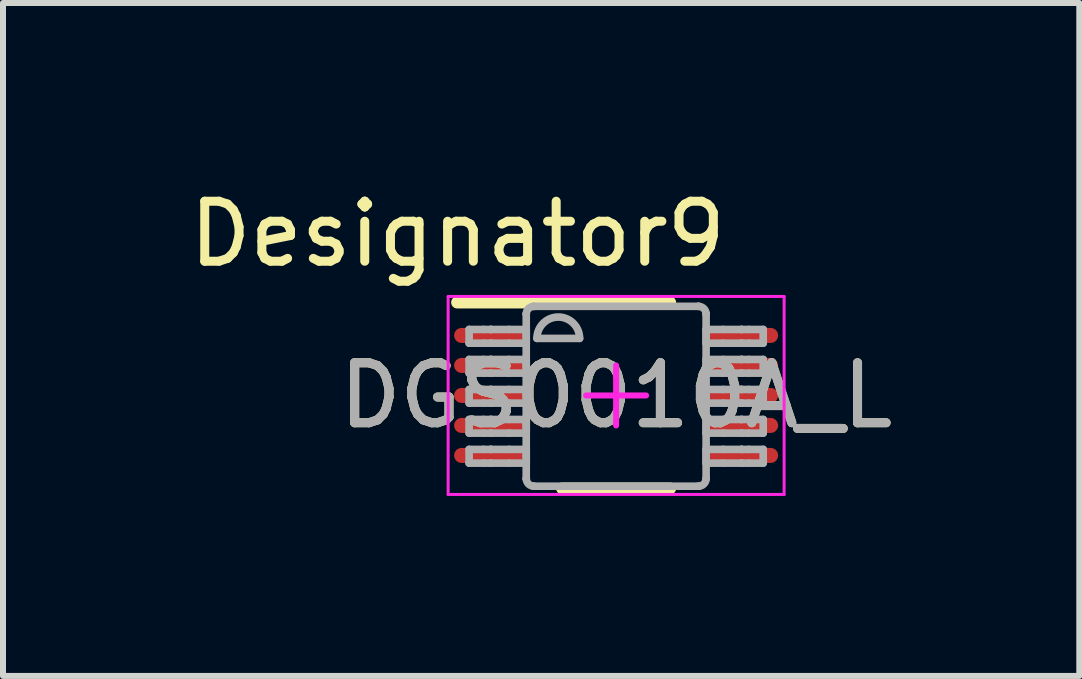
<source format=kicad_pcb>
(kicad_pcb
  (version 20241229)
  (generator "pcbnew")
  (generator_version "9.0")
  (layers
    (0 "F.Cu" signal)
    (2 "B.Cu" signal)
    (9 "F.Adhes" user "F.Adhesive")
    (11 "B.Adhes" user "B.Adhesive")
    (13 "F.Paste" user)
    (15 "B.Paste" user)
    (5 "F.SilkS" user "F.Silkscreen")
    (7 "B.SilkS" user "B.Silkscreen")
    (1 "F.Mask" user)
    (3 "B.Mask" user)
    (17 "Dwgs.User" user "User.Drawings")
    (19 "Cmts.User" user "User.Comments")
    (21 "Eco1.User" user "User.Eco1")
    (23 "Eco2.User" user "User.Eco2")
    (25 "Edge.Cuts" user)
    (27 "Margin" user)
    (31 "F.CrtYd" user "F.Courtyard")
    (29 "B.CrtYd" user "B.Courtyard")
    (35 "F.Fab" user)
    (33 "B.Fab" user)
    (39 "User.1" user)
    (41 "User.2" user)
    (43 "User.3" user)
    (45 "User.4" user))
  (footprint "DGS0010A_L"
    (layer "F.Cu")
    (at 7.219 3.541)
    (property "Reference" "DGS0010A_L" (at 0 0 0) (unlocked yes) (layer "F.SilkS") (effects (font (size 1 1) (thickness 0.15))))
    (attr smd)
    (fp_line (start -2.65 -1.55) (end 0.9 -1.55) (stroke (width 0.2) (type solid)) (layer "F.SilkS"))
    (fp_line (start -0.9 1.55) (end 0.9 1.55) (stroke (width 0.2) (type solid)) (layer "F.SilkS"))
    (fp_line (start -2.8 -1.65) (end 2.8 -1.65) (stroke (width 0.05) (type solid)) (layer "F.CrtYd"))
    (fp_line (start -2.8 1.65) (end -2.8 -1.65) (stroke (width 0.05) (type solid)) (layer "F.CrtYd"))
    (fp_line (start -2.8 1.65) (end 2.8 1.65) (stroke (width 0.05) (type solid)) (layer "F.CrtYd"))
    (fp_line (start -0.5 0.000003) (end 0.5 0.000003) (stroke (width 0.1) (type solid)) (layer "F.CrtYd"))
    (fp_line (start 0 0.5) (end 0 -0.5) (stroke (width 0.1) (type solid)) (layer "F.CrtYd"))
    (fp_line (start 2.8 1.65) (end 2.8 -1.65) (stroke (width 0.05) (type solid)) (layer "F.CrtYd"))
    (fp_line (start -2.45 -1.1) (end -2.21 -1.1) (stroke (width 0.127) (type solid)) (layer "F.Fab"))
    (fp_line (start -2.45 -0.871) (end -2.45 -1.1) (stroke (width 0.127) (type solid)) (layer "F.Fab"))
    (fp_line (start -2.45 -0.871) (end -2.21 -0.871) (stroke (width 0.127) (type solid)) (layer "F.Fab"))
    (fp_line (start -2.45 -0.6) (end -2.21 -0.6) (stroke (width 0.127) (type solid)) (layer "F.Fab"))
    (fp_line (start -2.45 -0.372) (end -2.45 -0.6) (stroke (width 0.127) (type solid)) (layer "F.Fab"))
    (fp_line (start -2.45 -0.372) (end -2.21 -0.372) (stroke (width 0.127) (type solid)) (layer "F.Fab"))
    (fp_line (start -2.45 -0.1) (end -2.21 -0.1) (stroke (width 0.127) (type solid)) (layer "F.Fab"))
    (fp_line (start -2.45 0.128) (end -2.45 -0.1) (stroke (width 0.127) (type solid)) (layer "F.Fab"))
    (fp_line (start -2.45 0.128) (end -2.21 0.128) (stroke (width 0.127) (type solid)) (layer "F.Fab"))
    (fp_line (start -2.45 0.4) (end -2.21 0.4) (stroke (width 0.127) (type solid)) (layer "F.Fab"))
    (fp_line (start -2.45 0.628) (end -2.45 0.4) (stroke (width 0.127) (type solid)) (layer "F.Fab"))
    (fp_line (start -2.45 0.628) (end -2.21 0.628) (stroke (width 0.127) (type solid)) (layer "F.Fab"))
    (fp_line (start -2.45 0.899) (end -2.21 0.899) (stroke (width 0.127) (type solid)) (layer "F.Fab"))
    (fp_line (start -2.45 1.128) (end -2.45 0.899) (stroke (width 0.127) (type solid)) (layer "F.Fab"))
    (fp_line (start -2.45 1.128) (end -2.21 1.128) (stroke (width 0.127) (type solid)) (layer "F.Fab"))
    (fp_line (start -2.21 -1.1) (end -2.09 -1.1) (stroke (width 0.127) (type solid)) (layer "F.Fab"))
    (fp_line (start -2.21 -0.871) (end -2.09 -0.871) (stroke (width 0.127) (type solid)) (layer "F.Fab"))
    (fp_line (start -2.21 -0.6) (end -2.09 -0.6) (stroke (width 0.127) (type solid)) (layer "F.Fab"))
    (fp_line (start -2.21 -0.372) (end -2.09 -0.372) (stroke (width 0.127) (type solid)) (layer "F.Fab"))
    (fp_line (start -2.21 -0.1) (end -2.09 -0.1) (stroke (width 0.127) (type solid)) (layer "F.Fab"))
    (fp_line (start -2.21 0.128) (end -2.09 0.128) (stroke (width 0.127) (type solid)) (layer "F.Fab"))
    (fp_line (start -2.21 0.4) (end -2.09 0.4) (stroke (width 0.127) (type solid)) (layer "F.Fab"))
    (fp_line (start -2.21 0.628) (end -2.09 0.628) (stroke (width 0.127) (type solid)) (layer "F.Fab"))
    (fp_line (start -2.21 0.899) (end -2.09 0.899) (stroke (width 0.127) (type solid)) (layer "F.Fab"))
    (fp_line (start -2.21 1.128) (end -2.09 1.128) (stroke (width 0.127) (type solid)) (layer "F.Fab"))
    (fp_line (start -2.09 -1.1) (end -2.087 -1.1) (stroke (width 0.127) (type solid)) (layer "F.Fab"))
    (fp_line (start -2.09 -0.871) (end -2.087 -0.871) (stroke (width 0.127) (type solid)) (layer "F.Fab"))
    (fp_line (start -2.09 -0.6) (end -2.087 -0.6) (stroke (width 0.127) (type solid)) (layer "F.Fab"))
    (fp_line (start -2.09 -0.372) (end -2.087 -0.372) (stroke (width 0.127) (type solid)) (layer "F.Fab"))
    (fp_line (start -2.09 -0.1) (end -2.087 -0.1) (stroke (width 0.127) (type solid)) (layer "F.Fab"))
    (fp_line (start -2.09 0.128) (end -2.087 0.128) (stroke (width 0.127) (type solid)) (layer "F.Fab"))
    (fp_line (start -2.09 0.4) (end -2.087 0.4) (stroke (width 0.127) (type solid)) (layer "F.Fab"))
    (fp_line (start -2.09 0.628) (end -2.087 0.628) (stroke (width 0.127) (type solid)) (layer "F.Fab"))
    (fp_line (start -2.09 0.899) (end -2.087 0.899) (stroke (width 0.127) (type solid)) (layer "F.Fab"))
    (fp_line (start -2.09 1.128) (end -2.087 1.128) (stroke (width 0.127) (type solid)) (layer "F.Fab"))
    (fp_line (start -2.087 -1.1) (end -1.784 -1.1) (stroke (width 0.127) (type solid)) (layer "F.Fab"))
    (fp_line (start -2.087 -0.871) (end -1.784 -0.871) (stroke (width 0.127) (type solid)) (layer "F.Fab"))
    (fp_line (start -2.087 -0.6) (end -1.784 -0.6) (stroke (width 0.127) (type solid)) (layer "F.Fab"))
    (fp_line (start -2.087 -0.372) (end -1.784 -0.372) (stroke (width 0.127) (type solid)) (layer "F.Fab"))
    (fp_line (start -2.087 -0.1) (end -1.784 -0.1) (stroke (width 0.127) (type solid)) (layer "F.Fab"))
    (fp_line (start -2.087 0.128) (end -1.784 0.128) (stroke (width 0.127) (type solid)) (layer "F.Fab"))
    (fp_line (start -2.087 0.4) (end -1.784 0.4) (stroke (width 0.127) (type solid)) (layer "F.Fab"))
    (fp_line (start -2.087 0.628) (end -1.784 0.628) (stroke (width 0.127) (type solid)) (layer "F.Fab"))
    (fp_line (start -2.087 0.899) (end -1.784 0.899) (stroke (width 0.127) (type solid)) (layer "F.Fab"))
    (fp_line (start -2.087 1.128) (end -1.784 1.128) (stroke (width 0.127) (type solid)) (layer "F.Fab"))
    (fp_line (start -1.784 -1.1) (end -1.498 -1.1) (stroke (width 0.127) (type solid)) (layer "F.Fab"))
    (fp_line (start -1.784 -0.871) (end -1.498 -0.871) (stroke (width 0.127) (type solid)) (layer "F.Fab"))
    (fp_line (start -1.784 -0.6) (end -1.498 -0.6) (stroke (width 0.127) (type solid)) (layer "F.Fab"))
    (fp_line (start -1.784 -0.372) (end -1.498 -0.372) (stroke (width 0.127) (type solid)) (layer "F.Fab"))
    (fp_line (start -1.784 -0.1) (end -1.498 -0.1) (stroke (width 0.127) (type solid)) (layer "F.Fab"))
    (fp_line (start -1.784 0.128) (end -1.498 0.128) (stroke (width 0.127) (type solid)) (layer "F.Fab"))
    (fp_line (start -1.784 0.4) (end -1.498 0.4) (stroke (width 0.127) (type solid)) (layer "F.Fab"))
    (fp_line (start -1.784 0.628) (end -1.498 0.628) (stroke (width 0.127) (type solid)) (layer "F.Fab"))
    (fp_line (start -1.784 0.899) (end -1.498 0.899) (stroke (width 0.127) (type solid)) (layer "F.Fab"))
    (fp_line (start -1.784 1.128) (end -1.498 1.128) (stroke (width 0.127) (type solid)) (layer "F.Fab"))
    (fp_line (start -1.498 -1.358) (end -1.497 -1.36) (stroke (width 0.127) (type solid)) (layer "F.Fab"))
    (fp_line (start -1.498 -0.871) (end -1.498 -1.1) (stroke (width 0.127) (type solid)) (layer "F.Fab"))
    (fp_line (start -1.498 -0.372) (end -1.498 -0.6) (stroke (width 0.127) (type solid)) (layer "F.Fab"))
    (fp_line (start -1.498 0.128) (end -1.498 -0.1) (stroke (width 0.127) (type solid)) (layer "F.Fab"))
    (fp_line (start -1.498 0.628) (end -1.498 0.4) (stroke (width 0.127) (type solid)) (layer "F.Fab"))
    (fp_line (start -1.498 1.128) (end -1.498 0.899) (stroke (width 0.127) (type solid)) (layer "F.Fab"))
    (fp_line (start -1.498 1.386) (end -1.498 -1.358) (stroke (width 0.127) (type solid)) (layer "F.Fab"))
    (fp_line (start -1.498 1.386) (end -1.497 1.388) (stroke (width 0.127) (type solid)) (layer "F.Fab"))
    (fp_line (start -1.373 -1.485) (end -1.371 -1.485) (stroke (width 0.127) (type solid)) (layer "F.Fab"))
    (fp_line (start -1.373 1.513) (end -1.371 1.513) (stroke (width 0.127) (type solid)) (layer "F.Fab"))
    (fp_line (start -1.371 -1.485) (end 1.373 -1.485) (stroke (width 0.127) (type solid)) (layer "F.Fab"))
    (fp_line (start -1.371 1.513) (end 1.373 1.513) (stroke (width 0.127) (type solid)) (layer "F.Fab"))
    (fp_line (start -1.32 -0.951) (end -0.609 -0.951) (stroke (width 0.127) (type solid)) (layer "F.Fab"))
    (fp_line (start 1.373 -1.485) (end 1.375 -1.485) (stroke (width 0.127) (type solid)) (layer "F.Fab"))
    (fp_line (start 1.373 1.513) (end 1.375 1.513) (stroke (width 0.127) (type solid)) (layer "F.Fab"))
    (fp_line (start 1.5 -1.36) (end 1.5 -1.358) (stroke (width 0.127) (type solid)) (layer "F.Fab"))
    (fp_line (start 1.5 1.388) (end 1.5 1.386) (stroke (width 0.127) (type solid)) (layer "F.Fab"))
    (fp_line (start 1.5 -1.1) (end 1.786 -1.1) (stroke (width 0.127) (type solid)) (layer "F.Fab"))
    (fp_line (start 1.5 -0.871) (end 1.5 -1.1) (stroke (width 0.127) (type solid)) (layer "F.Fab"))
    (fp_line (start 1.5 -0.871) (end 1.786 -0.871) (stroke (width 0.127) (type solid)) (layer "F.Fab"))
    (fp_line (start 1.5 -0.6) (end 1.786 -0.6) (stroke (width 0.127) (type solid)) (layer "F.Fab"))
    (fp_line (start 1.5 -0.372) (end 1.5 -0.6) (stroke (width 0.127) (type solid)) (layer "F.Fab"))
    (fp_line (start 1.5 -0.372) (end 1.786 -0.372) (stroke (width 0.127) (type solid)) (layer "F.Fab"))
    (fp_line (start 1.5 -0.1) (end 1.786 -0.1) (stroke (width 0.127) (type solid)) (layer "F.Fab"))
    (fp_line (start 1.5 0.128) (end 1.5 -0.1) (stroke (width 0.127) (type solid)) (layer "F.Fab"))
    (fp_line (start 1.5 0.128) (end 1.786 0.128) (stroke (width 0.127) (type solid)) (layer "F.Fab"))
    (fp_line (start 1.5 0.4) (end 1.786 0.4) (stroke (width 0.127) (type solid)) (layer "F.Fab"))
    (fp_line (start 1.5 0.628) (end 1.5 0.4) (stroke (width 0.127) (type solid)) (layer "F.Fab"))
    (fp_line (start 1.5 0.628) (end 1.786 0.628) (stroke (width 0.127) (type solid)) (layer "F.Fab"))
    (fp_line (start 1.5 0.899) (end 1.786 0.899) (stroke (width 0.127) (type solid)) (layer "F.Fab"))
    (fp_line (start 1.5 1.128) (end 1.5 0.899) (stroke (width 0.127) (type solid)) (layer "F.Fab"))
    (fp_line (start 1.5 1.128) (end 1.786 1.128) (stroke (width 0.127) (type solid)) (layer "F.Fab"))
    (fp_line (start 1.5 1.386) (end 1.5 -1.358) (stroke (width 0.127) (type solid)) (layer "F.Fab"))
    (fp_line (start 1.786 -1.1) (end 2.089 -1.1) (stroke (width 0.127) (type solid)) (layer "F.Fab"))
    (fp_line (start 1.786 -0.871) (end 2.089 -0.871) (stroke (width 0.127) (type solid)) (layer "F.Fab"))
    (fp_line (start 1.786 -0.6) (end 2.089 -0.6) (stroke (width 0.127) (type solid)) (layer "F.Fab"))
    (fp_line (start 1.786 -0.372) (end 2.089 -0.372) (stroke (width 0.127) (type solid)) (layer "F.Fab"))
    (fp_line (start 1.786 -0.1) (end 2.089 -0.1) (stroke (width 0.127) (type solid)) (layer "F.Fab"))
    (fp_line (start 1.786 0.128) (end 2.089 0.128) (stroke (width 0.127) (type solid)) (layer "F.Fab"))
    (fp_line (start 1.786 0.4) (end 2.089 0.4) (stroke (width 0.127) (type solid)) (layer "F.Fab"))
    (fp_line (start 1.786 0.628) (end 2.089 0.628) (stroke (width 0.127) (type solid)) (layer "F.Fab"))
    (fp_line (start 1.786 0.899) (end 2.089 0.899) (stroke (width 0.127) (type solid)) (layer "F.Fab"))
    (fp_line (start 1.786 1.128) (end 2.089 1.128) (stroke (width 0.127) (type solid)) (layer "F.Fab"))
    (fp_line (start 2.089 -1.1) (end 2.093 -1.1) (stroke (width 0.127) (type solid)) (layer "F.Fab"))
    (fp_line (start 2.089 -0.871) (end 2.093 -0.871) (stroke (width 0.127) (type solid)) (layer "F.Fab"))
    (fp_line (start 2.089 -0.6) (end 2.093 -0.6) (stroke (width 0.127) (type solid)) (layer "F.Fab"))
    (fp_line (start 2.089 -0.372) (end 2.093 -0.372) (stroke (width 0.127) (type solid)) (layer "F.Fab"))
    (fp_line (start 2.089 -0.1) (end 2.093 -0.1) (stroke (width 0.127) (type solid)) (layer "F.Fab"))
    (fp_line (start 2.089 0.128) (end 2.093 0.128) (stroke (width 0.127) (type solid)) (layer "F.Fab"))
    (fp_line (start 2.089 0.4) (end 2.093 0.4) (stroke (width 0.127) (type solid)) (layer "F.Fab"))
    (fp_line (start 2.089 0.628) (end 2.093 0.628) (stroke (width 0.127) (type solid)) (layer "F.Fab"))
    (fp_line (start 2.089 0.899) (end 2.093 0.899) (stroke (width 0.127) (type solid)) (layer "F.Fab"))
    (fp_line (start 2.089 1.128) (end 2.093 1.128) (stroke (width 0.127) (type solid)) (layer "F.Fab"))
    (fp_line (start 2.093 -1.1) (end 2.213 -1.1) (stroke (width 0.127) (type solid)) (layer "F.Fab"))
    (fp_line (start 2.093 -0.871) (end 2.213 -0.871) (stroke (width 0.127) (type solid)) (layer "F.Fab"))
    (fp_line (start 2.093 -0.6) (end 2.213 -0.6) (stroke (width 0.127) (type solid)) (layer "F.Fab"))
    (fp_line (start 2.093 -0.372) (end 2.213 -0.372) (stroke (width 0.127) (type solid)) (layer "F.Fab"))
    (fp_line (start 2.093 -0.1) (end 2.213 -0.1) (stroke (width 0.127) (type solid)) (layer "F.Fab"))
    (fp_line (start 2.093 0.128) (end 2.213 0.128) (stroke (width 0.127) (type solid)) (layer "F.Fab"))
    (fp_line (start 2.093 0.4) (end 2.213 0.4) (stroke (width 0.127) (type solid)) (layer "F.Fab"))
    (fp_line (start 2.093 0.628) (end 2.213 0.628) (stroke (width 0.127) (type solid)) (layer "F.Fab"))
    (fp_line (start 2.093 0.899) (end 2.213 0.899) (stroke (width 0.127) (type solid)) (layer "F.Fab"))
    (fp_line (start 2.093 1.128) (end 2.213 1.128) (stroke (width 0.127) (type solid)) (layer "F.Fab"))
    (fp_line (start 2.213 -1.1) (end 2.452 -1.1) (stroke (width 0.127) (type solid)) (layer "F.Fab"))
    (fp_line (start 2.213 -0.871) (end 2.452 -0.871) (stroke (width 0.127) (type solid)) (layer "F.Fab"))
    (fp_line (start 2.213 -0.6) (end 2.452 -0.6) (stroke (width 0.127) (type solid)) (layer "F.Fab"))
    (fp_line (start 2.213 -0.372) (end 2.452 -0.372) (stroke (width 0.127) (type solid)) (layer "F.Fab"))
    (fp_line (start 2.213 -0.1) (end 2.452 -0.1) (stroke (width 0.127) (type solid)) (layer "F.Fab"))
    (fp_line (start 2.213 0.128) (end 2.452 0.128) (stroke (width 0.127) (type solid)) (layer "F.Fab"))
    (fp_line (start 2.213 0.4) (end 2.452 0.4) (stroke (width 0.127) (type solid)) (layer "F.Fab"))
    (fp_line (start 2.213 0.628) (end 2.452 0.628) (stroke (width 0.127) (type solid)) (layer "F.Fab"))
    (fp_line (start 2.213 0.899) (end 2.452 0.899) (stroke (width 0.127) (type solid)) (layer "F.Fab"))
    (fp_line (start 2.213 1.128) (end 2.452 1.128) (stroke (width 0.127) (type solid)) (layer "F.Fab"))
    (fp_line (start 2.452 -0.871) (end 2.452 -1.1) (stroke (width 0.127) (type solid)) (layer "F.Fab"))
    (fp_line (start 2.452 -0.372) (end 2.452 -0.6) (stroke (width 0.127) (type solid)) (layer "F.Fab"))
    (fp_line (start 2.452 0.128) (end 2.452 -0.1) (stroke (width 0.127) (type solid)) (layer "F.Fab"))
    (fp_line (start 2.452 0.628) (end 2.452 0.4) (stroke (width 0.127) (type solid)) (layer "F.Fab"))
    (fp_line (start 2.452 1.128) (end 2.452 0.899) (stroke (width 0.127) (type solid)) (layer "F.Fab"))
    (fp_arc (start -1.49745 -1.360299) (mid -1.460293 -1.447356) (end -1.373243 -1.484531) (stroke (width 0.127) (type solid)) (layer "F.Fab"))
    (fp_arc (start -1.373243 1.512619) (mid -1.460293 1.475444) (end -1.49745 1.388386) (stroke (width 0.127) (type solid)) (layer "F.Fab"))
    (fp_arc (start -1.3197 -0.951156) (mid -0.9641 -1.306756) (end -0.6085 -0.951156) (stroke (width 0.127) (type solid)) (layer "F.Fab"))
    (fp_arc (start 1.375443 -1.484532) (mid 1.462505 -1.447362) (end 1.499675 -1.360299) (stroke (width 0.127) (type solid)) (layer "F.Fab"))
    (fp_arc (start 1.499675 1.388387) (mid 1.462505 1.475449) (end 1.375443 1.512619) (stroke (width 0.127) (type solid)) (layer "F.Fab"))
    (fp_text user "Designator9" (at -2.642 -2.692 0) (unlocked yes) (layer "F.SilkS") (effects (font (size 1 1) (thickness 0.15))))
    (fp_text user "${REFERENCE}" (at 0 0 0) (unlocked yes) (layer "F.Fab") (effects (font (size 1 1) (thickness 0.15))))
    (pad "1" smd oval (at -2.125 -1 90) (size 0.25 1.15) (layers "F.Cu" "F.Mask" "F.Paste"))
    (pad "2" smd oval (at -2.125 -0.5 90) (size 0.25 1.15) (layers "F.Cu" "F.Mask" "F.Paste"))
    (pad "3" smd oval (at -2.125 0 90) (size 0.25 1.15) (layers "F.Cu" "F.Mask" "F.Paste"))
    (pad "4" smd oval (at -2.125 0.5 90) (size 0.25 1.15) (layers "F.Cu" "F.Mask" "F.Paste"))
    (pad "5" smd oval (at -2.125 1 90) (size 0.25 1.15) (layers "F.Cu" "F.Mask" "F.Paste"))
    (pad "6" smd oval (at 2.125 1 90) (size 0.25 1.15) (layers "F.Cu" "F.Mask" "F.Paste"))
    (pad "7" smd oval (at 2.125 0.5 90) (size 0.25 1.15) (layers "F.Cu" "F.Mask" "F.Paste"))
    (pad "8" smd oval (at 2.125 0 90) (size 0.25 1.15) (layers "F.Cu" "F.Mask" "F.Paste"))
    (pad "9" smd oval (at 2.125 -0.5 90) (size 0.25 1.15) (layers "F.Cu" "F.Mask" "F.Paste"))
    (pad "10" smd oval (at 2.125 -1 90) (size 0.25 1.15) (layers "F.Cu" "F.Mask" "F.Paste")))
  (gr_rect
    (start -3 -3)
    (end 14.939 8.216)
    (stroke (width 0.1) (type default))
    (fill no)
    (layer "Edge.Cuts")))
</source>
